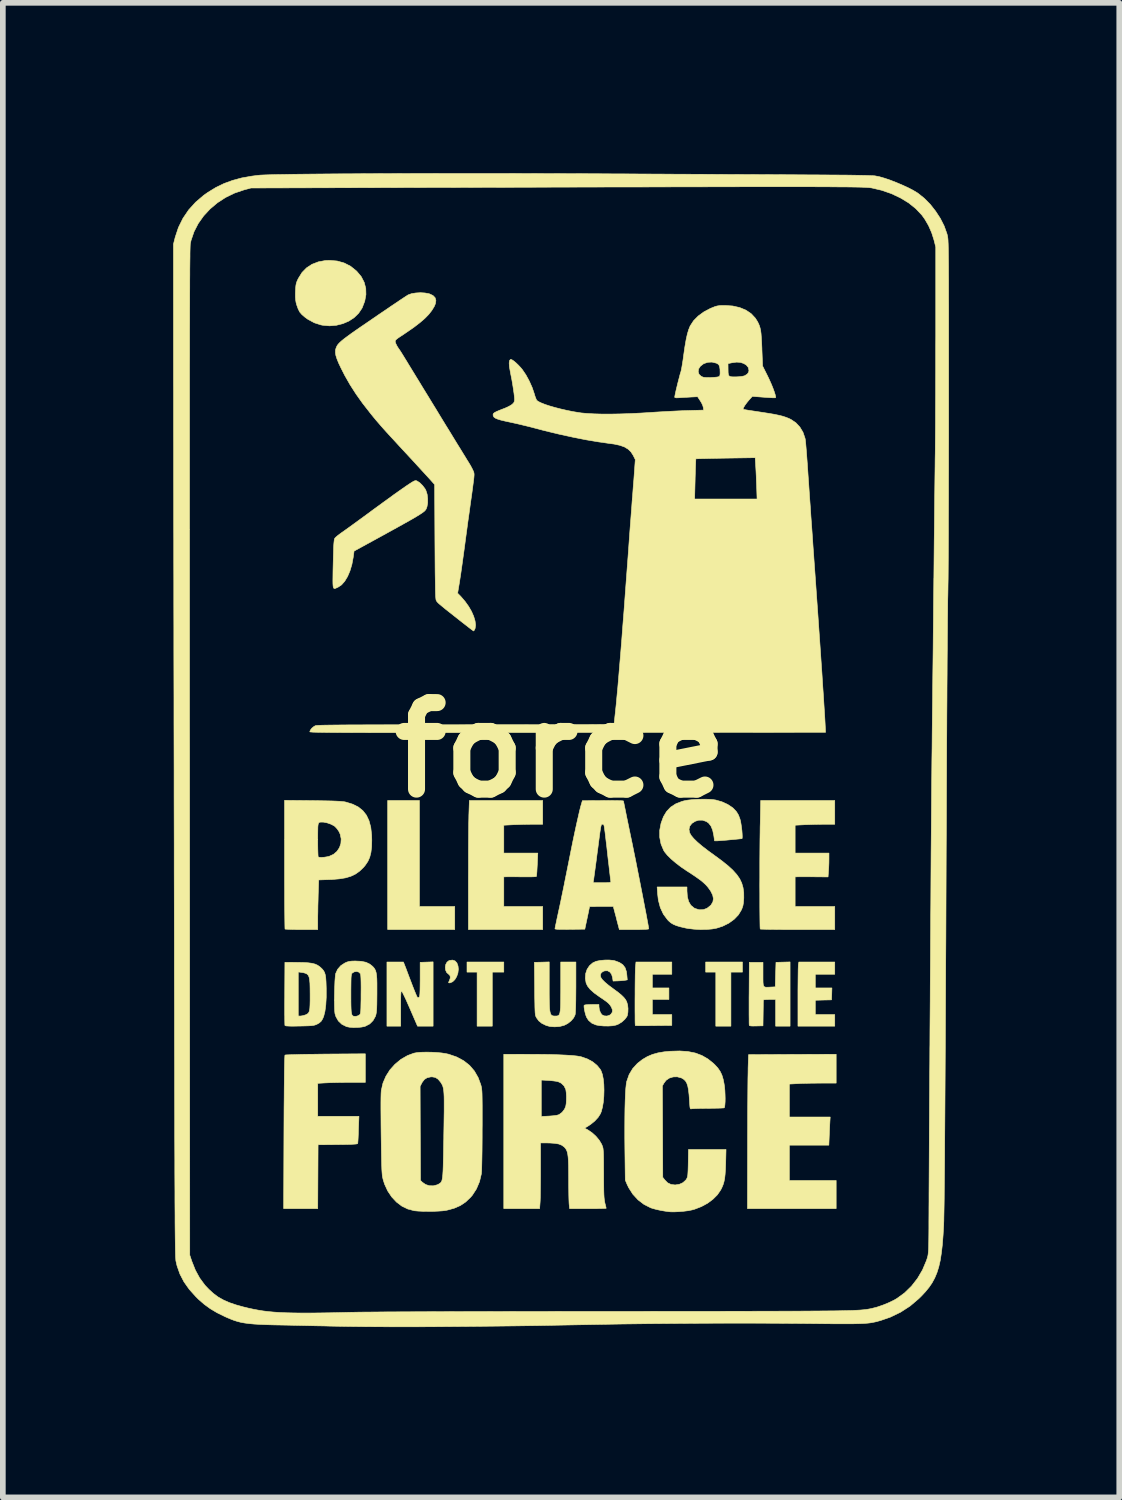
<source format=kicad_pcb>
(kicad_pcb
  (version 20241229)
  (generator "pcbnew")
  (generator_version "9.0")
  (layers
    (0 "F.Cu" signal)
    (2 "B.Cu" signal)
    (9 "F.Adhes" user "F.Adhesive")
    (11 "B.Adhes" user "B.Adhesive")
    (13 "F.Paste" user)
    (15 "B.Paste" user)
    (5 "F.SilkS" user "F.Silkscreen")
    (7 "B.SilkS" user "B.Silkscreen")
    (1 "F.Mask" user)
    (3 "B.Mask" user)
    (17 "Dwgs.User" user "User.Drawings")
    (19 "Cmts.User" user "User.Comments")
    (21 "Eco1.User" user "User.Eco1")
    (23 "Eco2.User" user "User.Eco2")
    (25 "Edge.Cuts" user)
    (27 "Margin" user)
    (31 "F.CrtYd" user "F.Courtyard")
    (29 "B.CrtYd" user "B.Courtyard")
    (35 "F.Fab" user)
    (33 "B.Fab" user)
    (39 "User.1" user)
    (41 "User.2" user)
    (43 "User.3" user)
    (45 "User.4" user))
  (footprint "force"
    (layer "F.Cu")
    (at 6.826 10.159)
    (property "Reference" "force" (at 0 0 0) (layer "F.SilkS") (effects (font (size 1.524 1.524) (thickness 0.3))))
    (attr through_hole)
    (fp_poly (pts (xy -2.489 2.756) (xy -1.867 2.756) (xy -1.867 3.162) (xy -3.048 3.162) (xy -3.048 0.889) (xy -2.489 0.889) (xy -2.489 2.756)) (stroke (width 0.01) (type solid)) (fill yes) (layer "F.SilkS"))
    (fp_poly (pts (xy -1.003 3.912) (xy -1.206 3.912) (xy -1.206 4.864) (xy -1.473 4.864) (xy -1.473 3.912) (xy -1.651 3.912) (xy -1.651 3.734) (xy -1.003 3.734) (xy -1.003 3.912)) (stroke (width 0.01) (type solid)) (fill yes) (layer "F.SilkS"))
    (fp_poly (pts (xy 3.2 3.912) (xy 2.997 3.912) (xy 2.997 4.864) (xy 2.731 4.864) (xy 2.731 3.912) (xy 2.553 3.912) (xy 2.553 3.734) (xy 3.2 3.734) (xy 3.2 3.912)) (stroke (width 0.01) (type solid)) (fill yes) (layer "F.SilkS"))
    (fp_poly (pts (xy 4.826 3.95) (xy 4.483 3.95) (xy 4.483 4.191) (xy 4.776 4.191) (xy 4.773 4.296) (xy 4.769 4.401) (xy 4.626 4.404) (xy 4.483 4.408) (xy 4.483 4.661) (xy 4.826 4.661) (xy 4.826 4.864) (xy 4.178 4.864) (xy 4.178 4.339) (xy 4.178 4.224) (xy 4.179 4.116) (xy 4.18 4.018) (xy 4.181 3.932) (xy 4.182 3.862) (xy 4.184 3.81) (xy 4.186 3.779) (xy 4.186 3.773) (xy 4.194 3.734) (xy 4.826 3.734) (xy 4.826 3.95)) (stroke (width 0.01) (type solid)) (fill yes) (layer "F.SilkS"))
    (fp_poly (pts (xy -1.862 3.715) (xy -1.829 3.75) (xy -1.809 3.805) (xy -1.803 3.861) (xy -1.811 3.929) (xy -1.833 3.991) (xy -1.865 4.044) (xy -1.904 4.082) (xy -1.948 4.101) (xy -1.962 4.102) (xy -1.974 4.1) (xy -1.974 4.088) (xy -1.962 4.065) (xy -1.945 4.015) (xy -1.949 3.976) (xy -1.973 3.95) (xy -1.973 3.95) (xy -2.008 3.92) (xy -2.028 3.876) (xy -2.033 3.827) (xy -2.025 3.778) (xy -2.003 3.737) (xy -1.968 3.71) (xy -1.962 3.708) (xy -1.907 3.7) (xy -1.862 3.715)) (stroke (width 0.01) (type solid)) (fill yes) (layer "F.SilkS"))
    (fp_poly (pts (xy 1.956 3.95) (xy 1.613 3.95) (xy 1.613 4.191) (xy 1.905 4.191) (xy 1.905 4.394) (xy 1.613 4.394) (xy 1.613 4.661) (xy 1.956 4.661) (xy 1.956 4.851) (xy 1.637 4.854) (xy 1.55 4.855) (xy 1.471 4.855) (xy 1.405 4.855) (xy 1.354 4.855) (xy 1.323 4.854) (xy 1.313 4.852) (xy 1.312 4.839) (xy 1.31 4.803) (xy 1.309 4.748) (xy 1.309 4.677) (xy 1.308 4.595) (xy 1.308 4.503) (xy 1.308 4.406) (xy 1.309 4.307) (xy 1.309 4.209) (xy 1.31 4.114) (xy 1.311 4.028) (xy 1.312 3.952) (xy 1.314 3.891) (xy 1.315 3.847) (xy 1.316 3.831) (xy 1.325 3.734) (xy 1.956 3.734) (xy 1.956 3.95)) (stroke (width 0.01) (type solid)) (fill yes) (layer "F.SilkS"))
    (fp_poly (pts (xy 4.851 5.867) (xy 4.593 5.867) (xy 4.501 5.868) (xy 4.406 5.869) (xy 4.315 5.871) (xy 4.235 5.873) (xy 4.18 5.876) (xy 4.026 5.884) (xy 4.026 6.464) (xy 4.746 6.464) (xy 4.742 6.525) (xy 4.74 6.559) (xy 4.737 6.613) (xy 4.734 6.679) (xy 4.731 6.751) (xy 4.73 6.772) (xy 4.722 6.96) (xy 4.026 6.96) (xy 4.026 7.582) (xy 4.851 7.582) (xy 4.851 8.077) (xy 3.289 8.077) (xy 3.291 6.963) (xy 3.291 6.79) (xy 3.292 6.62) (xy 3.292 6.455) (xy 3.293 6.297) (xy 3.294 6.148) (xy 3.295 6.012) (xy 3.296 5.89) (xy 3.297 5.785) (xy 3.299 5.699) (xy 3.3 5.635) (xy 3.3 5.607) (xy 3.308 5.366) (xy 4.08 5.362) (xy 4.851 5.359) (xy 4.851 5.867)) (stroke (width 0.01) (type solid)) (fill yes) (layer "F.SilkS"))
    (fp_poly (pts (xy 4.039 4.864) (xy 3.785 4.864) (xy 3.785 4.394) (xy 3.677 4.394) (xy 3.628 4.395) (xy 3.59 4.398) (xy 3.57 4.402) (xy 3.568 4.404) (xy 3.568 4.419) (xy 3.567 4.455) (xy 3.567 4.508) (xy 3.566 4.574) (xy 3.565 4.636) (xy 3.562 4.858) (xy 3.445 4.861) (xy 3.384 4.862) (xy 3.346 4.86) (xy 3.325 4.854) (xy 3.321 4.849) (xy 3.319 4.833) (xy 3.318 4.794) (xy 3.318 4.736) (xy 3.317 4.66) (xy 3.317 4.57) (xy 3.317 4.467) (xy 3.317 4.356) (xy 3.318 4.286) (xy 3.321 3.74) (xy 3.562 3.74) (xy 3.562 3.953) (xy 3.562 4.035) (xy 3.563 4.094) (xy 3.567 4.135) (xy 3.576 4.16) (xy 3.592 4.174) (xy 3.618 4.179) (xy 3.654 4.178) (xy 3.696 4.176) (xy 3.778 4.172) (xy 3.791 3.74) (xy 4.039 3.733) (xy 4.039 4.864)) (stroke (width 0.01) (type solid)) (fill yes) (layer "F.SilkS"))
    (fp_poly (pts (xy -0.318 1.308) (xy -0.487 1.308) (xy -0.571 1.309) (xy -0.667 1.311) (xy -0.763 1.314) (xy -0.83 1.316) (xy -1.003 1.325) (xy -1.003 1.816) (xy -0.404 1.816) (xy -0.413 2.016) (xy -0.417 2.085) (xy -0.42 2.145) (xy -0.424 2.192) (xy -0.427 2.221) (xy -0.429 2.227) (xy -0.443 2.231) (xy -0.478 2.233) (xy -0.531 2.235) (xy -0.596 2.235) (xy -0.659 2.235) (xy -0.737 2.234) (xy -0.81 2.233) (xy -0.874 2.233) (xy -0.921 2.233) (xy -0.943 2.233) (xy -1.003 2.235) (xy -1.003 2.756) (xy -0.318 2.756) (xy -0.318 3.162) (xy -1.626 3.162) (xy -1.626 2.256) (xy -1.625 2.099) (xy -1.625 1.945) (xy -1.625 1.794) (xy -1.624 1.651) (xy -1.623 1.519) (xy -1.622 1.399) (xy -1.621 1.295) (xy -1.619 1.209) (xy -1.618 1.144) (xy -1.617 1.12) (xy -1.609 0.889) (xy -0.318 0.889) (xy -0.318 1.308)) (stroke (width 0.01) (type solid)) (fill yes) (layer "F.SilkS"))
    (fp_poly (pts (xy -3.937 -8.612) (xy -3.814 -8.577) (xy -3.702 -8.52) (xy -3.601 -8.439) (xy -3.59 -8.428) (xy -3.514 -8.337) (xy -3.462 -8.237) (xy -3.434 -8.131) (xy -3.431 -8.02) (xy -3.452 -7.905) (xy -3.497 -7.788) (xy -3.501 -7.78) (xy -3.56 -7.692) (xy -3.638 -7.616) (xy -3.732 -7.554) (xy -3.837 -7.509) (xy -3.952 -7.48) (xy -4.072 -7.47) (xy -4.194 -7.481) (xy -4.225 -7.487) (xy -4.34 -7.524) (xy -4.453 -7.585) (xy -4.502 -7.62) (xy -4.557 -7.667) (xy -4.596 -7.712) (xy -4.624 -7.766) (xy -4.649 -7.835) (xy -4.662 -7.882) (xy -4.669 -7.927) (xy -4.673 -7.976) (xy -4.673 -8.039) (xy -4.672 -8.069) (xy -4.669 -8.133) (xy -4.665 -8.179) (xy -4.658 -8.216) (xy -4.647 -8.25) (xy -4.629 -8.29) (xy -4.619 -8.309) (xy -4.557 -8.409) (xy -4.477 -8.491) (xy -4.381 -8.554) (xy -4.27 -8.597) (xy -4.147 -8.62) (xy -4.07 -8.623) (xy -3.937 -8.612)) (stroke (width 0.01) (type solid)) (fill yes) (layer "F.SilkS"))
    (fp_poly (pts (xy -2.248 4.864) (xy -2.522 4.864) (xy -2.655 4.557) (xy -2.691 4.475) (xy -2.724 4.4) (xy -2.754 4.337) (xy -2.778 4.288) (xy -2.795 4.256) (xy -2.804 4.245) (xy -2.809 4.248) (xy -2.813 4.265) (xy -2.816 4.296) (xy -2.818 4.344) (xy -2.819 4.412) (xy -2.819 4.502) (xy -2.819 4.552) (xy -2.819 4.864) (xy -3.061 4.864) (xy -3.061 3.734) (xy -2.771 3.734) (xy -2.751 3.784) (xy -2.741 3.81) (xy -2.723 3.856) (xy -2.7 3.918) (xy -2.673 3.99) (xy -2.643 4.068) (xy -2.634 4.092) (xy -2.605 4.168) (xy -2.578 4.236) (xy -2.555 4.292) (xy -2.537 4.334) (xy -2.525 4.356) (xy -2.523 4.359) (xy -2.502 4.359) (xy -2.493 4.354) (xy -2.487 4.343) (xy -2.483 4.319) (xy -2.48 4.28) (xy -2.478 4.222) (xy -2.477 4.145) (xy -2.476 4.044) (xy -2.476 4.04) (xy -2.476 3.74) (xy -2.362 3.736) (xy -2.248 3.732) (xy -2.248 4.864)) (stroke (width 0.01) (type solid)) (fill yes) (layer "F.SilkS"))
    (fp_poly (pts (xy -3.442 5.855) (xy -3.718 5.855) (xy -3.81 5.855) (xy -3.905 5.856) (xy -3.994 5.858) (xy -4.072 5.86) (xy -4.132 5.863) (xy -4.137 5.863) (xy -4.28 5.871) (xy -4.28 6.452) (xy -3.554 6.452) (xy -3.563 6.683) (xy -3.565 6.758) (xy -3.568 6.825) (xy -3.571 6.879) (xy -3.574 6.916) (xy -3.576 6.931) (xy -3.584 6.936) (xy -3.606 6.94) (xy -3.644 6.943) (xy -3.701 6.946) (xy -3.778 6.948) (xy -3.877 6.949) (xy -3.927 6.95) (xy -4.274 6.953) (xy -4.277 7.515) (xy -4.28 8.077) (xy -4.88 8.077) (xy -4.875 6.731) (xy -4.874 6.51) (xy -4.873 6.307) (xy -4.871 6.121) (xy -4.87 5.953) (xy -4.868 5.805) (xy -4.867 5.678) (xy -4.865 5.571) (xy -4.863 5.486) (xy -4.861 5.425) (xy -4.859 5.387) (xy -4.857 5.374) (xy -4.843 5.371) (xy -4.805 5.369) (xy -4.746 5.367) (xy -4.669 5.365) (xy -4.576 5.362) (xy -4.469 5.36) (xy -4.35 5.359) (xy -4.222 5.357) (xy -4.143 5.356) (xy -3.442 5.351) (xy -3.442 5.855)) (stroke (width 0.01) (type solid)) (fill yes) (layer "F.SilkS"))
    (fp_poly (pts (xy 4.826 1.308) (xy 4.65 1.308) (xy 4.564 1.309) (xy 4.466 1.311) (xy 4.37 1.314) (xy 4.301 1.316) (xy 4.128 1.325) (xy 4.128 1.816) (xy 4.724 1.816) (xy 4.724 1.921) (xy 4.723 1.989) (xy 4.72 2.066) (xy 4.716 2.131) (xy 4.708 2.236) (xy 4.478 2.234) (xy 4.399 2.233) (xy 4.325 2.233) (xy 4.261 2.233) (xy 4.212 2.233) (xy 4.188 2.233) (xy 4.128 2.235) (xy 4.128 2.756) (xy 4.826 2.756) (xy 4.826 3.162) (xy 4.174 3.162) (xy 4.048 3.162) (xy 3.929 3.162) (xy 3.821 3.161) (xy 3.725 3.16) (xy 3.644 3.159) (xy 3.58 3.157) (xy 3.537 3.156) (xy 3.515 3.154) (xy 3.514 3.154) (xy 3.512 3.14) (xy 3.51 3.102) (xy 3.509 3.044) (xy 3.508 2.968) (xy 3.507 2.875) (xy 3.506 2.769) (xy 3.506 2.651) (xy 3.506 2.524) (xy 3.505 2.39) (xy 3.506 2.252) (xy 3.506 2.111) (xy 3.506 1.971) (xy 3.507 1.833) (xy 3.508 1.7) (xy 3.509 1.574) (xy 3.511 1.457) (xy 3.512 1.352) (xy 3.514 1.291) (xy 3.522 0.889) (xy 4.826 0.889) (xy 4.826 1.308)) (stroke (width 0.01) (type solid)) (fill yes) (layer "F.SilkS"))
    (fp_poly (pts (xy -0.203 4.166) (xy -0.203 4.294) (xy -0.202 4.4) (xy -0.2 4.485) (xy -0.197 4.551) (xy -0.191 4.6) (xy -0.183 4.636) (xy -0.172 4.661) (xy -0.157 4.675) (xy -0.138 4.683) (xy -0.115 4.686) (xy -0.091 4.686) (xy -0.068 4.685) (xy -0.05 4.681) (xy -0.035 4.672) (xy -0.023 4.655) (xy -0.015 4.629) (xy -0.009 4.59) (xy -0.004 4.536) (xy -0.002 4.466) (xy -0.001 4.376) (xy -0.000056 4.265) (xy 0 4.173) (xy 0 3.734) (xy 0.267 3.734) (xy 0.267 4.175) (xy 0.266 4.303) (xy 0.265 4.415) (xy 0.263 4.509) (xy 0.26 4.583) (xy 0.257 4.636) (xy 0.253 4.664) (xy 0.253 4.665) (xy 0.227 4.718) (xy 0.183 4.77) (xy 0.125 4.816) (xy 0.061 4.849) (xy 0.059 4.85) (xy -0.02 4.87) (xy -0.107 4.876) (xy -0.191 4.87) (xy -0.256 4.852) (xy -0.331 4.816) (xy -0.386 4.772) (xy -0.424 4.72) (xy -0.432 4.706) (xy -0.439 4.692) (xy -0.444 4.676) (xy -0.448 4.654) (xy -0.451 4.624) (xy -0.453 4.584) (xy -0.455 4.53) (xy -0.456 4.461) (xy -0.458 4.372) (xy -0.459 4.262) (xy -0.459 4.204) (xy -0.464 3.74) (xy -0.333 3.737) (xy -0.203 3.733) (xy -0.203 4.166)) (stroke (width 0.01) (type solid)) (fill yes) (layer "F.SilkS"))
    (fp_poly (pts (xy -4.642 3.741) (xy -4.535 3.743) (xy -4.45 3.748) (xy -4.382 3.757) (xy -4.327 3.771) (xy -4.283 3.791) (xy -4.244 3.818) (xy -4.23 3.83) (xy -4.199 3.86) (xy -4.176 3.889) (xy -4.159 3.921) (xy -4.147 3.961) (xy -4.139 4.012) (xy -4.134 4.08) (xy -4.131 4.167) (xy -4.13 4.197) (xy -4.13 4.356) (xy -4.138 4.491) (xy -4.153 4.603) (xy -4.175 4.691) (xy -4.193 4.734) (xy -4.219 4.777) (xy -4.253 4.807) (xy -4.286 4.826) (xy -4.309 4.837) (xy -4.332 4.845) (xy -4.358 4.851) (xy -4.391 4.855) (xy -4.437 4.858) (xy -4.498 4.86) (xy -4.58 4.862) (xy -4.6 4.862) (xy -4.689 4.864) (xy -4.756 4.864) (xy -4.803 4.862) (xy -4.834 4.86) (xy -4.851 4.856) (xy -4.858 4.85) (xy -4.858 4.85) (xy -4.859 4.834) (xy -4.86 4.795) (xy -4.861 4.736) (xy -4.861 4.686) (xy -4.623 4.686) (xy -4.582 4.686) (xy -4.544 4.68) (xy -4.499 4.667) (xy -4.487 4.662) (xy -4.464 4.65) (xy -4.447 4.636) (xy -4.434 4.616) (xy -4.425 4.588) (xy -4.419 4.548) (xy -4.416 4.492) (xy -4.414 4.418) (xy -4.414 4.323) (xy -4.414 4.299) (xy -4.415 4.194) (xy -4.417 4.111) (xy -4.423 4.048) (xy -4.432 4.001) (xy -4.447 3.968) (xy -4.469 3.946) (xy -4.498 3.932) (xy -4.535 3.922) (xy -4.564 3.918) (xy -4.623 3.909) (xy -4.623 4.686) (xy -4.861 4.686) (xy -4.862 4.66) (xy -4.862 4.57) (xy -4.862 4.467) (xy -4.861 4.356) (xy -4.861 4.286) (xy -4.858 3.74) (xy -4.642 3.741)) (stroke (width 0.01) (type solid)) (fill yes) (layer "F.SilkS"))
    (fp_poly (pts (xy -2.536 -4.74) (xy -2.535 -4.74) (xy -2.483 -4.707) (xy -2.433 -4.657) (xy -2.39 -4.6) (xy -2.374 -4.569) (xy -2.353 -4.503) (xy -2.344 -4.427) (xy -2.344 -4.351) (xy -2.356 -4.283) (xy -2.369 -4.248) (xy -2.376 -4.235) (xy -2.387 -4.221) (xy -2.401 -4.206) (xy -2.421 -4.19) (xy -2.449 -4.17) (xy -2.486 -4.146) (xy -2.533 -4.117) (xy -2.593 -4.081) (xy -2.667 -4.039) (xy -2.756 -3.989) (xy -2.862 -3.93) (xy -2.987 -3.861) (xy -3.132 -3.781) (xy -3.174 -3.758) (xy -3.64 -3.503) (xy -3.655 -3.393) (xy -3.678 -3.269) (xy -3.712 -3.155) (xy -3.754 -3.056) (xy -3.804 -2.973) (xy -3.859 -2.91) (xy -3.916 -2.871) (xy -3.943 -2.858) (xy -3.965 -2.848) (xy -3.982 -2.843) (xy -3.994 -2.846) (xy -4.003 -2.859) (xy -4.009 -2.885) (xy -4.012 -2.924) (xy -4.013 -2.98) (xy -4.012 -3.055) (xy -4.011 -3.151) (xy -4.008 -3.27) (xy -4.008 -3.272) (xy -4.005 -3.392) (xy -4.002 -3.488) (xy -4 -3.565) (xy -3.997 -3.623) (xy -3.993 -3.666) (xy -3.989 -3.697) (xy -3.985 -3.717) (xy -3.979 -3.729) (xy -3.96 -3.749) (xy -3.926 -3.778) (xy -3.882 -3.811) (xy -3.863 -3.825) (xy -3.831 -3.847) (xy -3.782 -3.882) (xy -3.718 -3.928) (xy -3.642 -3.983) (xy -3.557 -4.045) (xy -3.464 -4.113) (xy -3.368 -4.183) (xy -3.327 -4.214) (xy -3.227 -4.287) (xy -3.127 -4.36) (xy -3.03 -4.43) (xy -2.94 -4.496) (xy -2.859 -4.553) (xy -2.791 -4.601) (xy -2.739 -4.637) (xy -2.728 -4.645) (xy -2.665 -4.687) (xy -2.62 -4.716) (xy -2.588 -4.734) (xy -2.566 -4.743) (xy -2.55 -4.744) (xy -2.536 -4.74)) (stroke (width 0.01) (type solid)) (fill yes) (layer "F.SilkS"))
    (fp_poly (pts (xy 0.922 3.706) (xy 0.954 3.713) (xy 1.034 3.743) (xy 1.093 3.782) (xy 1.133 3.834) (xy 1.156 3.902) (xy 1.164 3.961) (xy 1.172 4.049) (xy 1.129 4.057) (xy 1.093 4.061) (xy 1.043 4.065) (xy 1.004 4.067) (xy 0.922 4.07) (xy 0.912 4.007) (xy 0.895 3.949) (xy 0.863 3.909) (xy 0.822 3.888) (xy 0.774 3.89) (xy 0.745 3.901) (xy 0.714 3.924) (xy 0.7 3.954) (xy 0.699 3.979) (xy 0.707 4.008) (xy 0.733 4.045) (xy 0.778 4.09) (xy 0.842 4.144) (xy 0.928 4.208) (xy 0.936 4.214) (xy 1.012 4.27) (xy 1.069 4.317) (xy 1.111 4.358) (xy 1.141 4.396) (xy 1.162 4.435) (xy 1.163 4.439) (xy 1.178 4.491) (xy 1.185 4.554) (xy 1.183 4.618) (xy 1.174 4.672) (xy 1.165 4.695) (xy 1.128 4.744) (xy 1.076 4.791) (xy 1.016 4.828) (xy 0.973 4.845) (xy 0.913 4.857) (xy 0.839 4.862) (xy 0.758 4.861) (xy 0.681 4.854) (xy 0.622 4.843) (xy 0.548 4.812) (xy 0.49 4.762) (xy 0.457 4.711) (xy 0.443 4.676) (xy 0.43 4.631) (xy 0.419 4.582) (xy 0.412 4.538) (xy 0.41 4.506) (xy 0.413 4.496) (xy 0.428 4.49) (xy 0.463 4.486) (xy 0.511 4.484) (xy 0.547 4.483) (xy 0.673 4.483) (xy 0.673 4.519) (xy 0.68 4.573) (xy 0.698 4.623) (xy 0.723 4.661) (xy 0.727 4.664) (xy 0.766 4.683) (xy 0.814 4.686) (xy 0.859 4.672) (xy 0.883 4.655) (xy 0.908 4.618) (xy 0.911 4.578) (xy 0.892 4.529) (xy 0.887 4.521) (xy 0.87 4.495) (xy 0.851 4.472) (xy 0.826 4.448) (xy 0.792 4.422) (xy 0.744 4.388) (xy 0.683 4.347) (xy 0.59 4.28) (xy 0.52 4.218) (xy 0.473 4.159) (xy 0.447 4.105) (xy 0.433 4.021) (xy 0.439 3.939) (xy 0.464 3.864) (xy 0.506 3.8) (xy 0.563 3.75) (xy 0.623 3.722) (xy 0.692 3.708) (xy 0.771 3.7) (xy 0.851 3.699) (xy 0.922 3.706)) (stroke (width 0.01) (type solid)) (fill yes) (layer "F.SilkS"))
    (fp_poly (pts (xy -4.366 0.892) (xy -4.231 0.894) (xy -4.119 0.896) (xy -4.028 0.898) (xy -3.954 0.901) (xy -3.895 0.904) (xy -3.849 0.908) (xy -3.812 0.912) (xy -3.783 0.918) (xy -3.78 0.919) (xy -3.664 0.955) (xy -3.566 1.004) (xy -3.486 1.068) (xy -3.423 1.148) (xy -3.377 1.245) (xy -3.346 1.361) (xy -3.331 1.496) (xy -3.328 1.587) (xy -3.331 1.706) (xy -3.343 1.805) (xy -3.364 1.888) (xy -3.396 1.961) (xy -3.441 2.028) (xy -3.476 2.07) (xy -3.543 2.134) (xy -3.615 2.185) (xy -3.696 2.224) (xy -3.79 2.252) (xy -3.9 2.27) (xy -4.03 2.281) (xy -4.065 2.282) (xy -4.263 2.289) (xy -4.272 2.556) (xy -4.274 2.651) (xy -4.277 2.749) (xy -4.278 2.845) (xy -4.28 2.93) (xy -4.28 2.993) (xy -4.28 3.162) (xy -4.564 3.162) (xy -4.646 3.162) (xy -4.72 3.161) (xy -4.781 3.159) (xy -4.826 3.157) (xy -4.852 3.155) (xy -4.856 3.154) (xy -4.857 3.14) (xy -4.858 3.103) (xy -4.859 3.044) (xy -4.86 2.965) (xy -4.861 2.868) (xy -4.862 2.755) (xy -4.863 2.627) (xy -4.863 2.486) (xy -4.864 2.335) (xy -4.864 2.175) (xy -4.864 2.016) (xy -4.864 1.487) (xy -4.28 1.487) (xy -4.28 1.58) (xy -4.28 1.665) (xy -4.279 1.74) (xy -4.277 1.803) (xy -4.275 1.851) (xy -4.273 1.878) (xy -4.271 1.884) (xy -4.251 1.891) (xy -4.213 1.892) (xy -4.165 1.889) (xy -4.115 1.881) (xy -4.079 1.873) (xy -4.002 1.838) (xy -3.941 1.786) (xy -3.897 1.72) (xy -3.872 1.646) (xy -3.867 1.566) (xy -3.884 1.484) (xy -3.906 1.436) (xy -3.937 1.39) (xy -3.973 1.351) (xy -3.99 1.337) (xy -4.047 1.307) (xy -4.113 1.284) (xy -4.177 1.271) (xy -4.198 1.27) (xy -4.224 1.27) (xy -4.243 1.272) (xy -4.258 1.278) (xy -4.268 1.293) (xy -4.274 1.318) (xy -4.278 1.357) (xy -4.279 1.412) (xy -4.28 1.487) (xy -4.864 1.487) (xy -4.864 0.887) (xy -4.366 0.892)) (stroke (width 0.01) (type solid)) (fill yes) (layer "F.SilkS"))
    (fp_poly (pts (xy -3.514 3.722) (xy -3.431 3.739) (xy -3.364 3.771) (xy -3.316 3.809) (xy -3.293 3.833) (xy -3.275 3.859) (xy -3.261 3.888) (xy -3.251 3.923) (xy -3.244 3.969) (xy -3.239 4.029) (xy -3.237 4.104) (xy -3.237 4.199) (xy -3.237 4.297) (xy -3.238 4.399) (xy -3.239 4.479) (xy -3.241 4.541) (xy -3.244 4.588) (xy -3.248 4.624) (xy -3.253 4.652) (xy -3.259 4.676) (xy -3.265 4.693) (xy -3.306 4.766) (xy -3.365 4.825) (xy -3.44 4.864) (xy -3.456 4.87) (xy -3.513 4.881) (xy -3.581 4.887) (xy -3.653 4.888) (xy -3.72 4.883) (xy -3.771 4.873) (xy -3.775 4.871) (xy -3.855 4.831) (xy -3.917 4.772) (xy -3.96 4.696) (xy -3.976 4.645) (xy -3.98 4.612) (xy -3.983 4.557) (xy -3.985 4.487) (xy -3.986 4.406) (xy -3.985 4.319) (xy -3.984 4.297) (xy -3.696 4.297) (xy -3.696 4.405) (xy -3.695 4.49) (xy -3.693 4.556) (xy -3.69 4.604) (xy -3.685 4.638) (xy -3.679 4.661) (xy -3.67 4.676) (xy -3.658 4.685) (xy -3.645 4.69) (xy -3.608 4.692) (xy -3.567 4.68) (xy -3.541 4.663) (xy -3.534 4.654) (xy -3.529 4.64) (xy -3.525 4.618) (xy -3.522 4.585) (xy -3.52 4.537) (xy -3.519 4.473) (xy -3.517 4.388) (xy -3.517 4.305) (xy -3.516 4.186) (xy -3.517 4.092) (xy -3.519 4.022) (xy -3.522 3.973) (xy -3.527 3.945) (xy -3.529 3.94) (xy -3.557 3.912) (xy -3.596 3.901) (xy -3.638 3.908) (xy -3.676 3.932) (xy -3.682 3.941) (xy -3.686 3.956) (xy -3.69 3.981) (xy -3.693 4.017) (xy -3.694 4.069) (xy -3.695 4.139) (xy -3.696 4.229) (xy -3.696 4.297) (xy -3.984 4.297) (xy -3.983 4.23) (xy -3.98 4.145) (xy -3.977 4.067) (xy -3.972 4.003) (xy -3.967 3.955) (xy -3.963 3.936) (xy -3.929 3.862) (xy -3.874 3.799) (xy -3.804 3.753) (xy -3.765 3.735) (xy -3.729 3.725) (xy -3.687 3.719) (xy -3.63 3.717) (xy -3.616 3.717) (xy -3.514 3.722)) (stroke (width 0.01) (type solid)) (fill yes) (layer "F.SilkS"))
    (fp_poly (pts (xy 2.239 5.311) (xy 2.369 5.337) (xy 2.486 5.381) (xy 2.592 5.442) (xy 2.69 5.521) (xy 2.713 5.543) (xy 2.767 5.602) (xy 2.807 5.66) (xy 2.838 5.724) (xy 2.861 5.8) (xy 2.877 5.88) (xy 2.885 5.935) (xy 2.891 6) (xy 2.894 6.068) (xy 2.896 6.136) (xy 2.895 6.198) (xy 2.891 6.25) (xy 2.886 6.287) (xy 2.879 6.303) (xy 2.878 6.303) (xy 2.861 6.305) (xy 2.822 6.307) (xy 2.766 6.309) (xy 2.696 6.31) (xy 2.618 6.311) (xy 2.596 6.311) (xy 2.515 6.312) (xy 2.441 6.313) (xy 2.379 6.315) (xy 2.333 6.317) (xy 2.306 6.319) (xy 2.304 6.32) (xy 2.292 6.322) (xy 2.284 6.317) (xy 2.278 6.302) (xy 2.274 6.273) (xy 2.271 6.226) (xy 2.268 6.183) (xy 2.26 6.073) (xy 2.25 5.986) (xy 2.237 5.918) (xy 2.219 5.866) (xy 2.196 5.828) (xy 2.165 5.799) (xy 2.128 5.777) (xy 2.125 5.776) (xy 2.052 5.756) (xy 1.98 5.758) (xy 1.912 5.779) (xy 1.855 5.818) (xy 1.819 5.866) (xy 1.79 5.916) (xy 1.794 6.722) (xy 1.797 7.527) (xy 1.833 7.573) (xy 1.883 7.624) (xy 1.942 7.652) (xy 2.014 7.661) (xy 2.015 7.661) (xy 2.088 7.65) (xy 2.152 7.621) (xy 2.202 7.576) (xy 2.216 7.556) (xy 2.225 7.538) (xy 2.232 7.517) (xy 2.237 7.49) (xy 2.24 7.451) (xy 2.243 7.397) (xy 2.245 7.324) (xy 2.246 7.274) (xy 2.25 7.036) (xy 2.911 7.036) (xy 2.905 7.28) (xy 2.901 7.388) (xy 2.895 7.474) (xy 2.887 7.545) (xy 2.875 7.605) (xy 2.859 7.658) (xy 2.837 7.71) (xy 2.816 7.751) (xy 2.759 7.834) (xy 2.681 7.912) (xy 2.586 7.983) (xy 2.477 8.042) (xy 2.361 8.087) (xy 2.311 8.101) (xy 2.247 8.114) (xy 2.167 8.124) (xy 2.082 8.131) (xy 2 8.135) (xy 1.931 8.134) (xy 1.911 8.132) (xy 1.842 8.123) (xy 1.765 8.11) (xy 1.691 8.094) (xy 1.627 8.077) (xy 1.586 8.064) (xy 1.467 8.004) (xy 1.361 7.923) (xy 1.27 7.824) (xy 1.197 7.71) (xy 1.17 7.654) (xy 1.137 7.576) (xy 1.13 7.036) (xy 1.128 6.832) (xy 1.128 6.642) (xy 1.129 6.469) (xy 1.131 6.312) (xy 1.135 6.174) (xy 1.14 6.057) (xy 1.146 5.96) (xy 1.154 5.886) (xy 1.162 5.836) (xy 1.163 5.836) (xy 1.205 5.716) (xy 1.267 5.612) (xy 1.351 5.52) (xy 1.438 5.452) (xy 1.524 5.401) (xy 1.613 5.363) (xy 1.711 5.335) (xy 1.823 5.316) (xy 1.929 5.306) (xy 2.093 5.301) (xy 2.239 5.311)) (stroke (width 0.01) (type solid)) (fill yes) (layer "F.SilkS"))
    (fp_poly (pts (xy -0.575 5.36) (xy -0.378 5.361) (xy -0.201 5.363) (xy -0.045 5.368) (xy 0.088 5.374) (xy 0.199 5.381) (xy 0.287 5.39) (xy 0.35 5.401) (xy 0.362 5.404) (xy 0.468 5.441) (xy 0.562 5.492) (xy 0.639 5.555) (xy 0.697 5.626) (xy 0.71 5.65) (xy 0.733 5.713) (xy 0.749 5.795) (xy 0.759 5.89) (xy 0.762 5.993) (xy 0.759 6.099) (xy 0.75 6.201) (xy 0.734 6.294) (xy 0.713 6.372) (xy 0.698 6.408) (xy 0.658 6.471) (xy 0.599 6.535) (xy 0.529 6.592) (xy 0.489 6.619) (xy 0.421 6.66) (xy 0.487 6.697) (xy 0.557 6.746) (xy 0.623 6.807) (xy 0.679 6.875) (xy 0.719 6.942) (xy 0.725 6.955) (xy 0.733 6.976) (xy 0.74 6.996) (xy 0.745 7.018) (xy 0.748 7.046) (xy 0.751 7.082) (xy 0.753 7.129) (xy 0.754 7.19) (xy 0.755 7.268) (xy 0.755 7.366) (xy 0.756 7.461) (xy 0.756 7.583) (xy 0.757 7.682) (xy 0.758 7.762) (xy 0.76 7.825) (xy 0.763 7.876) (xy 0.767 7.915) (xy 0.772 7.948) (xy 0.777 7.976) (xy 0.778 7.98) (xy 0.789 8.023) (xy 0.797 8.056) (xy 0.8 8.071) (xy 0.8 8.072) (xy 0.788 8.073) (xy 0.754 8.075) (xy 0.701 8.076) (xy 0.633 8.077) (xy 0.553 8.077) (xy 0.478 8.077) (xy 0.156 8.077) (xy 0.148 7.999) (xy 0.146 7.966) (xy 0.144 7.912) (xy 0.142 7.84) (xy 0.141 7.756) (xy 0.14 7.662) (xy 0.14 7.563) (xy 0.14 7.551) (xy 0.139 7.424) (xy 0.138 7.32) (xy 0.135 7.236) (xy 0.13 7.169) (xy 0.123 7.116) (xy 0.113 7.075) (xy 0.1 7.043) (xy 0.084 7.017) (xy 0.064 6.995) (xy 0.059 6.99) (xy 0.018 6.961) (xy -0.034 6.94) (xy -0.102 6.928) (xy -0.189 6.922) (xy -0.236 6.921) (xy -0.356 6.921) (xy -0.356 7.395) (xy -0.356 7.507) (xy -0.357 7.615) (xy -0.358 7.717) (xy -0.359 7.807) (xy -0.36 7.882) (xy -0.362 7.939) (xy -0.364 7.972) (xy -0.372 8.077) (xy -1.003 8.077) (xy -1.003 6.455) (xy -0.343 6.455) (xy -0.204 6.448) (xy -0.129 6.442) (xy -0.07 6.434) (xy -0.032 6.423) (xy -0.028 6.421) (xy 0.024 6.382) (xy 0.066 6.328) (xy 0.088 6.277) (xy 0.096 6.23) (xy 0.1 6.168) (xy 0.101 6.1) (xy 0.097 6.035) (xy 0.09 5.984) (xy 0.088 5.976) (xy 0.058 5.916) (xy 0.01 5.869) (xy -0.045 5.843) (xy -0.08 5.835) (xy -0.132 5.828) (xy -0.191 5.822) (xy -0.219 5.82) (xy -0.343 5.813) (xy -0.343 6.455) (xy -1.003 6.455) (xy -1.003 5.359) (xy -0.575 5.36)) (stroke (width 0.01) (type solid)) (fill yes) (layer "F.SilkS"))
    (fp_poly (pts (xy 2.595 0.868) (xy 2.673 0.873) (xy 2.729 0.881) (xy 2.84 0.913) (xy 2.941 0.959) (xy 3.025 1.015) (xy 3.042 1.03) (xy 3.094 1.086) (xy 3.131 1.147) (xy 3.158 1.22) (xy 3.168 1.26) (xy 3.176 1.308) (xy 3.184 1.363) (xy 3.191 1.421) (xy 3.195 1.475) (xy 3.197 1.52) (xy 3.196 1.551) (xy 3.192 1.562) (xy 3.176 1.563) (xy 3.14 1.567) (xy 3.088 1.572) (xy 3.024 1.578) (xy 2.991 1.581) (xy 2.92 1.588) (xy 2.855 1.593) (xy 2.8 1.597) (xy 2.763 1.6) (xy 2.755 1.6) (xy 2.709 1.6) (xy 2.696 1.508) (xy 2.676 1.413) (xy 2.646 1.34) (xy 2.605 1.288) (xy 2.566 1.26) (xy 2.496 1.236) (xy 2.427 1.237) (xy 2.368 1.256) (xy 2.31 1.293) (xy 2.273 1.341) (xy 2.259 1.397) (xy 2.269 1.456) (xy 2.297 1.506) (xy 2.343 1.561) (xy 2.407 1.623) (xy 2.49 1.694) (xy 2.594 1.774) (xy 2.712 1.86) (xy 2.84 1.954) (xy 2.946 2.039) (xy 3.032 2.118) (xy 3.1 2.194) (xy 3.152 2.269) (xy 3.188 2.345) (xy 3.211 2.425) (xy 3.223 2.512) (xy 3.224 2.606) (xy 3.223 2.622) (xy 3.218 2.689) (xy 3.209 2.742) (xy 3.193 2.79) (xy 3.182 2.816) (xy 3.129 2.904) (xy 3.054 2.982) (xy 2.96 3.05) (xy 2.851 3.104) (xy 2.746 3.138) (xy 2.664 3.153) (xy 2.564 3.161) (xy 2.456 3.162) (xy 2.346 3.156) (xy 2.243 3.144) (xy 2.2 3.136) (xy 2.11 3.115) (xy 2.039 3.094) (xy 1.984 3.071) (xy 1.939 3.044) (xy 1.899 3.009) (xy 1.882 2.991) (xy 1.808 2.892) (xy 1.754 2.776) (xy 1.719 2.644) (xy 1.706 2.53) (xy 1.698 2.413) (xy 2.223 2.413) (xy 2.223 2.482) (xy 2.23 2.586) (xy 2.253 2.67) (xy 2.291 2.735) (xy 2.346 2.781) (xy 2.362 2.79) (xy 2.436 2.814) (xy 2.509 2.813) (xy 2.577 2.788) (xy 2.637 2.74) (xy 2.646 2.731) (xy 2.679 2.677) (xy 2.689 2.619) (xy 2.676 2.555) (xy 2.64 2.483) (xy 2.598 2.424) (xy 2.566 2.386) (xy 2.529 2.35) (xy 2.485 2.311) (xy 2.429 2.269) (xy 2.359 2.22) (xy 2.272 2.162) (xy 2.223 2.131) (xy 2.12 2.061) (xy 2.027 1.99) (xy 1.945 1.92) (xy 1.878 1.854) (xy 1.83 1.795) (xy 1.813 1.768) (xy 1.766 1.656) (xy 1.743 1.538) (xy 1.743 1.414) (xy 1.767 1.289) (xy 1.809 1.175) (xy 1.865 1.082) (xy 1.937 1.006) (xy 2.027 0.948) (xy 2.137 0.905) (xy 2.175 0.895) (xy 2.239 0.883) (xy 2.321 0.874) (xy 2.412 0.869) (xy 2.506 0.867) (xy 2.595 0.868)) (stroke (width 0.01) (type solid)) (fill yes) (layer "F.SilkS"))
    (fp_poly (pts (xy -2.281 5.323) (xy -2.187 5.328) (xy -2.099 5.336) (xy -2.022 5.348) (xy -1.976 5.358) (xy -1.833 5.407) (xy -1.71 5.473) (xy -1.606 5.555) (xy -1.521 5.654) (xy -1.454 5.771) (xy -1.409 5.893) (xy -1.403 5.914) (xy -1.398 5.935) (xy -1.394 5.957) (xy -1.391 5.984) (xy -1.388 6.016) (xy -1.386 6.057) (xy -1.385 6.109) (xy -1.384 6.174) (xy -1.383 6.254) (xy -1.383 6.351) (xy -1.383 6.469) (xy -1.383 6.608) (xy -1.384 6.687) (xy -1.384 6.822) (xy -1.385 6.951) (xy -1.386 7.071) (xy -1.388 7.181) (xy -1.39 7.276) (xy -1.392 7.356) (xy -1.394 7.416) (xy -1.397 7.455) (xy -1.398 7.465) (xy -1.431 7.604) (xy -1.485 7.731) (xy -1.557 7.842) (xy -1.589 7.879) (xy -1.675 7.961) (xy -1.769 8.024) (xy -1.877 8.071) (xy -2.002 8.105) (xy -2.023 8.109) (xy -2.081 8.117) (xy -2.158 8.122) (xy -2.246 8.126) (xy -2.34 8.126) (xy -2.431 8.125) (xy -2.513 8.121) (xy -2.579 8.115) (xy -2.582 8.114) (xy -2.693 8.085) (xy -2.798 8.034) (xy -2.893 7.962) (xy -2.977 7.872) (xy -3.048 7.766) (xy -3.103 7.646) (xy -3.126 7.573) (xy -3.132 7.55) (xy -3.137 7.527) (xy -3.142 7.501) (xy -3.145 7.469) (xy -3.148 7.431) (xy -3.151 7.383) (xy -3.153 7.322) (xy -3.155 7.248) (xy -3.157 7.157) (xy -3.159 7.048) (xy -3.161 6.917) (xy -3.163 6.782) (xy -3.165 6.61) (xy -3.166 6.457) (xy -3.167 6.323) (xy -3.167 6.209) (xy -3.166 6.117) (xy -3.164 6.048) (xy -3.161 6.003) (xy -3.16 5.994) (xy -3.144 5.925) (xy -2.477 5.925) (xy -2.474 6.753) (xy -2.47 7.581) (xy -2.437 7.614) (xy -2.381 7.653) (xy -2.314 7.675) (xy -2.242 7.676) (xy -2.174 7.658) (xy -2.154 7.648) (xy -2.138 7.639) (xy -2.124 7.629) (xy -2.112 7.619) (xy -2.102 7.604) (xy -2.093 7.584) (xy -2.087 7.557) (xy -2.081 7.521) (xy -2.077 7.473) (xy -2.073 7.411) (xy -2.07 7.335) (xy -2.068 7.241) (xy -2.065 7.128) (xy -2.063 6.995) (xy -2.06 6.838) (xy -2.06 6.798) (xy -2.057 6.631) (xy -2.055 6.487) (xy -2.053 6.365) (xy -2.053 6.262) (xy -2.053 6.176) (xy -2.054 6.106) (xy -2.057 6.048) (xy -2.061 6.002) (xy -2.066 5.965) (xy -2.073 5.936) (xy -2.081 5.911) (xy -2.092 5.889) (xy -2.104 5.869) (xy -2.113 5.854) (xy -2.159 5.799) (xy -2.208 5.767) (xy -2.265 5.757) (xy -2.292 5.758) (xy -2.355 5.773) (xy -2.402 5.803) (xy -2.44 5.853) (xy -2.448 5.868) (xy -2.477 5.925) (xy -3.144 5.925) (xy -3.131 5.867) (xy -3.079 5.746) (xy -3.008 5.634) (xy -2.918 5.534) (xy -2.815 5.449) (xy -2.699 5.382) (xy -2.586 5.34) (xy -2.532 5.33) (xy -2.459 5.324) (xy -2.374 5.322) (xy -2.281 5.323)) (stroke (width 0.01) (type solid)) (fill yes) (layer "F.SilkS"))
    (fp_poly (pts (xy 0.92 0.891) (xy 0.992 0.892) (xy 1.049 0.893) (xy 1.087 0.895) (xy 1.104 0.898) (xy 1.105 0.898) (xy 1.107 0.912) (xy 1.115 0.949) (xy 1.126 1.004) (xy 1.141 1.077) (xy 1.158 1.163) (xy 1.178 1.26) (xy 1.2 1.366) (xy 1.205 1.391) (xy 1.232 1.521) (xy 1.261 1.659) (xy 1.29 1.803) (xy 1.32 1.95) (xy 1.349 2.098) (xy 1.378 2.244) (xy 1.406 2.387) (xy 1.433 2.525) (xy 1.458 2.654) (xy 1.481 2.774) (xy 1.502 2.881) (xy 1.519 2.973) (xy 1.533 3.049) (xy 1.543 3.105) (xy 1.548 3.141) (xy 1.549 3.151) (xy 1.537 3.155) (xy 1.504 3.158) (xy 1.452 3.16) (xy 1.386 3.162) (xy 1.31 3.162) (xy 1.291 3.162) (xy 1.032 3.162) (xy 0.991 3.007) (xy 0.975 2.942) (xy 0.959 2.883) (xy 0.946 2.834) (xy 0.938 2.804) (xy 0.926 2.756) (xy 0.717 2.756) (xy 0.647 2.756) (xy 0.587 2.757) (xy 0.542 2.757) (xy 0.514 2.758) (xy 0.508 2.759) (xy 0.505 2.772) (xy 0.498 2.805) (xy 0.488 2.855) (xy 0.475 2.917) (xy 0.466 2.959) (xy 0.424 3.156) (xy 0.161 3.159) (xy 0.065 3.16) (xy -0.007 3.16) (xy -0.058 3.158) (xy -0.089 3.155) (xy -0.101 3.15) (xy -0.102 3.148) (xy -0.099 3.132) (xy -0.092 3.095) (xy -0.08 3.041) (xy -0.066 2.972) (xy -0.049 2.894) (xy -0.039 2.847) (xy -0.022 2.77) (xy -0.001 2.672) (xy 0.022 2.559) (xy 0.048 2.435) (xy 0.068 2.337) (xy 0.57 2.337) (xy 0.728 2.337) (xy 0.793 2.337) (xy 0.837 2.336) (xy 0.864 2.333) (xy 0.878 2.328) (xy 0.882 2.321) (xy 0.881 2.309) (xy 0.881 2.308) (xy 0.878 2.289) (xy 0.873 2.248) (xy 0.866 2.188) (xy 0.857 2.112) (xy 0.847 2.023) (xy 0.835 1.924) (xy 0.825 1.835) (xy 0.811 1.706) (xy 0.798 1.6) (xy 0.788 1.514) (xy 0.78 1.447) (xy 0.773 1.397) (xy 0.768 1.36) (xy 0.763 1.335) (xy 0.758 1.32) (xy 0.753 1.311) (xy 0.748 1.308) (xy 0.742 1.308) (xy 0.737 1.308) (xy 0.73 1.308) (xy 0.724 1.308) (xy 0.719 1.312) (xy 0.715 1.32) (xy 0.71 1.337) (xy 0.704 1.363) (xy 0.698 1.401) (xy 0.69 1.453) (xy 0.681 1.522) (xy 0.669 1.61) (xy 0.655 1.72) (xy 0.641 1.822) (xy 0.628 1.926) (xy 0.615 2.023) (xy 0.603 2.111) (xy 0.593 2.185) (xy 0.585 2.243) (xy 0.58 2.282) (xy 0.577 2.296) (xy 0.57 2.337) (xy 0.068 2.337) (xy 0.074 2.304) (xy 0.101 2.171) (xy 0.127 2.041) (xy 0.134 2.007) (xy 0.174 1.806) (xy 0.211 1.622) (xy 0.246 1.456) (xy 0.278 1.308) (xy 0.307 1.181) (xy 0.331 1.075) (xy 0.352 0.992) (xy 0.362 0.958) (xy 0.381 0.893) (xy 0.743 0.891) (xy 0.836 0.89) (xy 0.92 0.891)) (stroke (width 0.01) (type solid)) (fill yes) (layer "F.SilkS"))
    (fp_poly (pts (xy -2.391 -8.049) (xy -2.321 -8.036) (xy -2.311 -8.033) (xy -2.25 -8.004) (xy -2.213 -7.966) (xy -2.199 -7.917) (xy -2.208 -7.859) (xy -2.227 -7.813) (xy -2.269 -7.744) (xy -2.323 -7.674) (xy -2.393 -7.602) (xy -2.48 -7.527) (xy -2.585 -7.446) (xy -2.712 -7.358) (xy -2.752 -7.331) (xy -2.815 -7.289) (xy -2.86 -7.259) (xy -2.89 -7.236) (xy -2.907 -7.22) (xy -2.914 -7.206) (xy -2.915 -7.192) (xy -2.914 -7.182) (xy -2.902 -7.151) (xy -2.881 -7.11) (xy -2.86 -7.077) (xy -2.83 -7.034) (xy -2.803 -6.992) (xy -2.789 -6.969) (xy -2.776 -6.948) (xy -2.752 -6.909) (xy -2.718 -6.854) (xy -2.677 -6.786) (xy -2.629 -6.708) (xy -2.577 -6.623) (xy -2.546 -6.572) (xy -2.49 -6.481) (xy -2.424 -6.372) (xy -2.35 -6.252) (xy -2.272 -6.124) (xy -2.192 -5.994) (xy -2.114 -5.865) (xy -2.04 -5.744) (xy -2.026 -5.721) (xy -1.959 -5.613) (xy -1.894 -5.506) (xy -1.831 -5.403) (xy -1.772 -5.308) (xy -1.72 -5.223) (xy -1.676 -5.152) (xy -1.643 -5.097) (xy -1.628 -5.074) (xy -1.588 -5.008) (xy -1.557 -4.949) (xy -1.536 -4.904) (xy -1.528 -4.878) (xy -1.527 -4.865) (xy -1.526 -4.849) (xy -1.527 -4.829) (xy -1.529 -4.802) (xy -1.533 -4.766) (xy -1.539 -4.719) (xy -1.547 -4.657) (xy -1.557 -4.58) (xy -1.57 -4.484) (xy -1.587 -4.368) (xy -1.605 -4.235) (xy -1.619 -4.135) (xy -1.636 -4.017) (xy -1.653 -3.888) (xy -1.671 -3.756) (xy -1.688 -3.628) (xy -1.702 -3.524) (xy -1.717 -3.416) (xy -1.732 -3.306) (xy -1.747 -3.2) (xy -1.761 -3.102) (xy -1.774 -3.018) (xy -1.784 -2.953) (xy -1.785 -2.946) (xy -1.816 -2.761) (xy -1.754 -2.697) (xy -1.684 -2.615) (xy -1.622 -2.528) (xy -1.571 -2.44) (xy -1.533 -2.353) (xy -1.509 -2.272) (xy -1.5 -2.2) (xy -1.508 -2.141) (xy -1.511 -2.134) (xy -1.524 -2.108) (xy -1.534 -2.096) (xy -1.535 -2.096) (xy -1.547 -2.104) (xy -1.576 -2.125) (xy -1.619 -2.158) (xy -1.673 -2.2) (xy -1.736 -2.249) (xy -1.778 -2.282) (xy -1.879 -2.362) (xy -1.963 -2.428) (xy -2.03 -2.481) (xy -2.082 -2.524) (xy -2.122 -2.557) (xy -2.152 -2.583) (xy -2.172 -2.603) (xy -2.185 -2.62) (xy -2.193 -2.634) (xy -2.197 -2.647) (xy -2.199 -2.662) (xy -2.201 -2.68) (xy -2.201 -2.68) (xy -2.203 -2.704) (xy -2.205 -2.751) (xy -2.207 -2.819) (xy -2.208 -2.906) (xy -2.21 -3.01) (xy -2.212 -3.129) (xy -2.213 -3.26) (xy -2.214 -3.401) (xy -2.215 -3.551) (xy -2.216 -3.707) (xy -2.216 -3.712) (xy -2.221 -4.675) (xy -2.314 -4.779) (xy -2.344 -4.812) (xy -2.389 -4.861) (xy -2.446 -4.923) (xy -2.512 -4.995) (xy -2.585 -5.075) (xy -2.662 -5.158) (xy -2.737 -5.239) (xy -2.84 -5.35) (xy -2.927 -5.445) (xy -3.002 -5.526) (xy -3.065 -5.595) (xy -3.12 -5.656) (xy -3.167 -5.709) (xy -3.209 -5.758) (xy -3.249 -5.804) (xy -3.288 -5.851) (xy -3.328 -5.9) (xy -3.352 -5.93) (xy -3.488 -6.104) (xy -3.606 -6.27) (xy -3.71 -6.432) (xy -3.804 -6.597) (xy -3.868 -6.723) (xy -3.912 -6.815) (xy -3.942 -6.89) (xy -3.961 -6.95) (xy -3.968 -6.999) (xy -3.967 -7.042) (xy -3.963 -7.061) (xy -3.955 -7.084) (xy -3.946 -7.106) (xy -3.934 -7.128) (xy -3.916 -7.151) (xy -3.891 -7.177) (xy -3.858 -7.207) (xy -3.815 -7.242) (xy -3.76 -7.283) (xy -3.692 -7.333) (xy -3.608 -7.392) (xy -3.508 -7.461) (xy -3.389 -7.542) (xy -3.3 -7.603) (xy -3.191 -7.678) (xy -3.087 -7.748) (xy -2.991 -7.814) (xy -2.904 -7.872) (xy -2.829 -7.923) (xy -2.767 -7.964) (xy -2.721 -7.994) (xy -2.693 -8.012) (xy -2.686 -8.016) (xy -2.627 -8.037) (xy -2.553 -8.049) (xy -2.471 -8.054) (xy -2.391 -8.049)) (stroke (width 0.01) (type solid)) (fill yes) (layer "F.SilkS"))
    (fp_poly (pts (xy 3.028 -7.82) (xy 3.152 -7.792) (xy 3.261 -7.747) (xy 3.353 -7.685) (xy 3.427 -7.606) (xy 3.465 -7.546) (xy 3.484 -7.508) (xy 3.499 -7.472) (xy 3.511 -7.433) (xy 3.521 -7.388) (xy 3.528 -7.334) (xy 3.533 -7.266) (xy 3.538 -7.181) (xy 3.543 -7.074) (xy 3.543 -7.061) (xy 3.555 -6.763) (xy 3.644 -6.585) (xy 3.678 -6.513) (xy 3.71 -6.441) (xy 3.738 -6.372) (xy 3.761 -6.309) (xy 3.777 -6.258) (xy 3.785 -6.222) (xy 3.783 -6.204) (xy 3.769 -6.203) (xy 3.733 -6.203) (xy 3.682 -6.206) (xy 3.618 -6.21) (xy 3.575 -6.213) (xy 3.374 -6.228) (xy 3.314 -6.161) (xy 3.276 -6.115) (xy 3.244 -6.071) (xy 3.222 -6.034) (xy 3.213 -6.009) (xy 3.215 -6.001) (xy 3.229 -5.997) (xy 3.265 -5.99) (xy 3.319 -5.981) (xy 3.387 -5.971) (xy 3.466 -5.959) (xy 3.526 -5.95) (xy 3.648 -5.931) (xy 3.75 -5.914) (xy 3.833 -5.897) (xy 3.903 -5.88) (xy 3.962 -5.861) (xy 4.016 -5.84) (xy 4.055 -5.821) (xy 4.14 -5.764) (xy 4.211 -5.688) (xy 4.266 -5.597) (xy 4.301 -5.495) (xy 4.305 -5.48) (xy 4.309 -5.453) (xy 4.314 -5.404) (xy 4.32 -5.336) (xy 4.327 -5.253) (xy 4.334 -5.157) (xy 4.342 -5.052) (xy 4.349 -4.941) (xy 4.35 -4.934) (xy 4.356 -4.843) (xy 4.364 -4.73) (xy 4.373 -4.598) (xy 4.383 -4.45) (xy 4.395 -4.289) (xy 4.406 -4.119) (xy 4.419 -3.942) (xy 4.432 -3.762) (xy 4.444 -3.581) (xy 4.457 -3.404) (xy 4.458 -3.385) (xy 4.483 -3.038) (xy 4.506 -2.709) (xy 4.528 -2.399) (xy 4.548 -2.108) (xy 4.567 -1.836) (xy 4.584 -1.585) (xy 4.6 -1.355) (xy 4.613 -1.146) (xy 4.626 -0.96) (xy 4.636 -0.797) (xy 4.645 -0.657) (xy 4.652 -0.542) (xy 4.656 -0.47) (xy 4.664 -0.311) (xy 0.122 -0.307) (xy -0.285 -0.306) (xy -0.668 -0.306) (xy -1.027 -0.306) (xy -1.363 -0.305) (xy -1.676 -0.305) (xy -1.968 -0.305) (xy -2.239 -0.305) (xy -2.49 -0.305) (xy -2.721 -0.305) (xy -2.934 -0.305) (xy -3.128 -0.305) (xy -3.306 -0.305) (xy -3.467 -0.306) (xy -3.612 -0.306) (xy -3.742 -0.307) (xy -3.859 -0.307) (xy -3.962 -0.308) (xy -4.052 -0.308) (xy -4.13 -0.309) (xy -4.197 -0.31) (xy -4.253 -0.311) (xy -4.3 -0.312) (xy -4.338 -0.313) (xy -4.368 -0.314) (xy -4.39 -0.316) (xy -4.405 -0.317) (xy -4.415 -0.318) (xy -4.419 -0.32) (xy -4.42 -0.321) (xy -4.409 -0.35) (xy -4.384 -0.383) (xy -4.349 -0.412) (xy -4.323 -0.427) (xy -4.314 -0.429) (xy -4.3 -0.431) (xy -4.277 -0.433) (xy -4.246 -0.434) (xy -4.206 -0.436) (xy -4.155 -0.437) (xy -4.093 -0.438) (xy -4.018 -0.439) (xy -3.929 -0.44) (xy -3.827 -0.441) (xy -3.709 -0.442) (xy -3.575 -0.442) (xy -3.423 -0.443) (xy -3.253 -0.443) (xy -3.064 -0.444) (xy -2.855 -0.444) (xy -2.625 -0.444) (xy -2.373 -0.444) (xy -2.097 -0.444) (xy -1.798 -0.444) (xy -1.67 -0.445) (xy -1.415 -0.445) (xy -1.166 -0.445) (xy -0.926 -0.445) (xy -0.694 -0.445) (xy -0.473 -0.446) (xy -0.263 -0.446) (xy -0.067 -0.447) (xy 0.116 -0.447) (xy 0.284 -0.448) (xy 0.435 -0.448) (xy 0.569 -0.449) (xy 0.684 -0.45) (xy 0.78 -0.451) (xy 0.854 -0.452) (xy 0.906 -0.452) (xy 0.934 -0.453) (xy 0.94 -0.454) (xy 0.941 -0.47) (xy 0.945 -0.505) (xy 0.95 -0.552) (xy 0.952 -0.572) (xy 0.964 -0.681) (xy 0.977 -0.805) (xy 0.99 -0.946) (xy 1.005 -1.103) (xy 1.02 -1.279) (xy 1.036 -1.472) (xy 1.054 -1.685) (xy 1.073 -1.918) (xy 1.092 -2.173) (xy 1.114 -2.448) (xy 1.136 -2.747) (xy 1.16 -3.069) (xy 1.186 -3.415) (xy 1.194 -3.524) (xy 1.204 -3.664) (xy 1.214 -3.804) (xy 1.224 -3.939) (xy 1.234 -4.068) (xy 1.243 -4.186) (xy 1.251 -4.29) (xy 1.257 -4.377) (xy 1.261 -4.42) (xy 2.358 -4.42) (xy 3.458 -4.42) (xy 3.45 -4.658) (xy 3.446 -4.744) (xy 3.443 -4.832) (xy 3.439 -4.914) (xy 3.435 -4.983) (xy 3.433 -5.022) (xy 3.425 -5.148) (xy 2.905 -5.14) (xy 2.792 -5.138) (xy 2.688 -5.136) (xy 2.595 -5.134) (xy 2.515 -5.132) (xy 2.451 -5.131) (xy 2.406 -5.129) (xy 2.383 -5.128) (xy 2.38 -5.128) (xy 2.379 -5.114) (xy 2.377 -5.079) (xy 2.375 -5.025) (xy 2.372 -4.955) (xy 2.37 -4.873) (xy 2.367 -4.782) (xy 2.367 -4.772) (xy 2.358 -4.42) (xy 1.261 -4.42) (xy 1.262 -4.443) (xy 1.264 -4.458) (xy 1.271 -4.553) (xy 1.279 -4.66) (xy 1.288 -4.767) (xy 1.295 -4.864) (xy 1.298 -4.904) (xy 1.313 -5.115) (xy 1.276 -5.189) (xy 1.237 -5.25) (xy 1.187 -5.298) (xy 1.123 -5.337) (xy 1.041 -5.366) (xy 0.939 -5.388) (xy 0.87 -5.397) (xy 0.667 -5.426) (xy 0.446 -5.463) (xy 0.209 -5.51) (xy -0.037 -5.564) (xy -0.289 -5.625) (xy -0.464 -5.671) (xy -0.555 -5.695) (xy -0.659 -5.72) (xy -0.763 -5.745) (xy -0.858 -5.766) (xy -0.886 -5.772) (xy -0.983 -5.793) (xy -1.058 -5.811) (xy -1.113 -5.828) (xy -1.152 -5.845) (xy -1.176 -5.863) (xy -1.188 -5.883) (xy -1.191 -5.896) (xy -1.191 -5.912) (xy -1.184 -5.927) (xy -1.167 -5.941) (xy -1.136 -5.958) (xy -1.09 -5.978) (xy -1.024 -6.004) (xy -0.98 -6.021) (xy -0.931 -6.043) (xy -0.884 -6.068) (xy -0.856 -6.087) (xy -0.828 -6.115) (xy -0.816 -6.142) (xy -0.813 -6.176) (xy -0.816 -6.218) (xy -0.823 -6.28) (xy -0.834 -6.356) (xy -0.847 -6.44) (xy -0.862 -6.527) (xy -0.879 -6.612) (xy -0.889 -6.665) (xy -0.904 -6.751) (xy -0.908 -6.816) (xy -0.902 -6.858) (xy -0.884 -6.879) (xy -0.882 -6.879) (xy -0.862 -6.874) (xy -0.83 -6.853) (xy -0.791 -6.821) (xy -0.748 -6.78) (xy -0.705 -6.734) (xy -0.676 -6.699) (xy -0.613 -6.606) (xy -0.554 -6.497) (xy -0.503 -6.383) (xy -0.468 -6.28) (xy -0.453 -6.23) (xy -0.437 -6.188) (xy -0.425 -6.162) (xy -0.423 -6.158) (xy -0.394 -6.137) (xy -0.345 -6.113) (xy -0.277 -6.086) (xy -0.195 -6.059) (xy -0.101 -6.032) (xy 0.000149 -6.006) (xy 0.105 -5.982) (xy 0.212 -5.96) (xy 0.315 -5.943) (xy 0.362 -5.936) (xy 0.463 -5.927) (xy 0.587 -5.92) (xy 0.728 -5.916) (xy 0.885 -5.916) (xy 1.053 -5.919) (xy 1.23 -5.925) (xy 1.412 -5.934) (xy 1.562 -5.943) (xy 1.677 -5.951) (xy 1.801 -5.958) (xy 1.928 -5.965) (xy 2.049 -5.971) (xy 2.158 -5.976) (xy 2.227 -5.978) (xy 2.517 -5.986) (xy 2.511 -6.032) (xy 2.501 -6.068) (xy 2.48 -6.113) (xy 2.457 -6.151) (xy 2.41 -6.222) (xy 2.288 -6.216) (xy 2.223 -6.212) (xy 2.157 -6.209) (xy 2.101 -6.205) (xy 2.086 -6.204) (xy 2.039 -6.202) (xy 2.013 -6.206) (xy 2.007 -6.214) (xy 2.01 -6.235) (xy 2.018 -6.275) (xy 2.03 -6.33) (xy 2.045 -6.393) (xy 2.061 -6.459) (xy 2.078 -6.524) (xy 2.093 -6.582) (xy 2.105 -6.628) (xy 2.114 -6.655) (xy 2.116 -6.662) (xy 2.421 -6.662) (xy 2.435 -6.618) (xy 2.471 -6.583) (xy 2.507 -6.566) (xy 2.539 -6.561) (xy 2.588 -6.559) (xy 2.645 -6.56) (xy 2.702 -6.563) (xy 2.752 -6.568) (xy 2.778 -6.573) (xy 2.796 -6.582) (xy 2.804 -6.601) (xy 2.807 -6.636) (xy 2.807 -6.64) (xy 2.805 -6.706) (xy 2.798 -6.752) (xy 2.785 -6.782) (xy 2.763 -6.802) (xy 2.757 -6.805) (xy 2.946 -6.805) (xy 2.947 -6.708) (xy 2.948 -6.65) (xy 2.952 -6.613) (xy 2.962 -6.591) (xy 2.979 -6.58) (xy 2.997 -6.574) (xy 3.035 -6.571) (xy 3.085 -6.571) (xy 3.14 -6.574) (xy 3.191 -6.58) (xy 3.229 -6.588) (xy 3.241 -6.592) (xy 3.286 -6.621) (xy 3.309 -6.654) (xy 3.315 -6.686) (xy 3.303 -6.738) (xy 3.268 -6.78) (xy 3.221 -6.808) (xy 3.161 -6.827) (xy 3.095 -6.831) (xy 3.016 -6.82) (xy 3.011 -6.819) (xy 2.946 -6.805) (xy 2.757 -6.805) (xy 2.741 -6.813) (xy 2.663 -6.832) (xy 2.587 -6.828) (xy 2.516 -6.803) (xy 2.458 -6.758) (xy 2.428 -6.711) (xy 2.421 -6.662) (xy 2.116 -6.662) (xy 2.122 -6.686) (xy 2.132 -6.736) (xy 2.143 -6.802) (xy 2.155 -6.878) (xy 2.165 -6.953) (xy 2.186 -7.099) (xy 2.207 -7.221) (xy 2.229 -7.322) (xy 2.253 -7.403) (xy 2.279 -7.467) (xy 2.282 -7.472) (xy 2.34 -7.561) (xy 2.421 -7.643) (xy 2.521 -7.716) (xy 2.638 -7.778) (xy 2.664 -7.788) (xy 2.713 -7.808) (xy 2.754 -7.82) (xy 2.795 -7.826) (xy 2.846 -7.829) (xy 2.889 -7.829) (xy 3.028 -7.82)) (stroke (width 0.01) (type solid)) (fill yes) (layer "F.SilkS"))
    (fp_poly (pts (xy -1.379 -10.154) (xy -1.054 -10.154) (xy -0.724 -10.153) (xy -0.391 -10.152) (xy -0.057 -10.151) (xy 0.28 -10.15) (xy 0.616 -10.149) (xy 0.902 -10.147) (xy 1.181 -10.146) (xy 1.46 -10.144) (xy 1.739 -10.143) (xy 2.015 -10.141) (xy 2.286 -10.14) (xy 2.552 -10.139) (xy 2.81 -10.137) (xy 3.059 -10.136) (xy 3.296 -10.135) (xy 3.521 -10.134) (xy 3.732 -10.133) (xy 3.927 -10.132) (xy 4.104 -10.131) (xy 4.262 -10.13) (xy 4.399 -10.129) (xy 4.513 -10.129) (xy 4.578 -10.128) (xy 4.74 -10.127) (xy 4.893 -10.126) (xy 5.035 -10.125) (xy 5.163 -10.123) (xy 5.276 -10.121) (xy 5.372 -10.119) (xy 5.449 -10.116) (xy 5.505 -10.114) (xy 5.537 -10.112) (xy 5.538 -10.111) (xy 5.611 -10.097) (xy 5.701 -10.071) (xy 5.801 -10.037) (xy 5.907 -9.996) (xy 6.013 -9.951) (xy 6.114 -9.905) (xy 6.205 -9.858) (xy 6.28 -9.813) (xy 6.292 -9.805) (xy 6.402 -9.717) (xy 6.507 -9.611) (xy 6.602 -9.49) (xy 6.686 -9.361) (xy 6.753 -9.229) (xy 6.8 -9.098) (xy 6.807 -9.074) (xy 6.809 -9.063) (xy 6.812 -9.051) (xy 6.814 -9.037) (xy 6.817 -9.021) (xy 6.819 -9.002) (xy 6.821 -8.978) (xy 6.822 -8.949) (xy 6.824 -8.913) (xy 6.825 -8.87) (xy 6.826 -8.818) (xy 6.827 -8.757) (xy 6.828 -8.686) (xy 6.829 -8.602) (xy 6.83 -8.507) (xy 6.83 -8.398) (xy 6.831 -8.274) (xy 6.831 -8.135) (xy 6.831 -7.979) (xy 6.832 -7.806) (xy 6.832 -7.614) (xy 6.832 -7.402) (xy 6.832 -7.17) (xy 6.832 -6.917) (xy 6.832 -6.641) (xy 6.832 -6.341) (xy 6.832 -6.077) (xy 6.832 -5.796) (xy 6.832 -5.519) (xy 6.831 -5.248) (xy 6.831 -4.984) (xy 6.83 -4.728) (xy 6.83 -4.482) (xy 6.829 -4.247) (xy 6.828 -4.024) (xy 6.828 -3.814) (xy 6.827 -3.619) (xy 6.826 -3.44) (xy 6.825 -3.279) (xy 6.824 -3.136) (xy 6.823 -3.014) (xy 6.821 -2.912) (xy 6.82 -2.834) (xy 6.819 -2.779) (xy 6.819 -2.775) (xy 6.818 -2.724) (xy 6.816 -2.65) (xy 6.815 -2.552) (xy 6.814 -2.433) (xy 6.812 -2.294) (xy 6.811 -2.136) (xy 6.809 -1.961) (xy 6.808 -1.769) (xy 6.806 -1.563) (xy 6.805 -1.343) (xy 6.803 -1.111) (xy 6.802 -0.867) (xy 6.8 -0.615) (xy 6.799 -0.354) (xy 6.797 -0.086) (xy 6.796 0.188) (xy 6.795 0.466) (xy 6.794 0.622) (xy 6.792 1.211) (xy 6.789 1.775) (xy 6.787 2.314) (xy 6.785 2.829) (xy 6.783 3.319) (xy 6.78 3.784) (xy 6.778 4.226) (xy 6.776 4.644) (xy 6.774 5.038) (xy 6.772 5.409) (xy 6.77 5.758) (xy 6.768 6.083) (xy 6.766 6.386) (xy 6.764 6.666) (xy 6.762 6.924) (xy 6.761 7.161) (xy 6.759 7.375) (xy 6.757 7.569) (xy 6.755 7.741) (xy 6.754 7.892) (xy 6.752 8.023) (xy 6.75 8.133) (xy 6.748 8.223) (xy 6.747 8.293) (xy 6.745 8.344) (xy 6.745 8.357) (xy 6.734 8.546) (xy 6.721 8.714) (xy 6.704 8.86) (xy 6.684 8.99) (xy 6.658 9.104) (xy 6.626 9.206) (xy 6.587 9.299) (xy 6.541 9.384) (xy 6.486 9.465) (xy 6.422 9.543) (xy 6.347 9.623) (xy 6.304 9.665) (xy 6.152 9.794) (xy 5.985 9.902) (xy 5.805 9.989) (xy 5.637 10.047) (xy 5.598 10.058) (xy 5.562 10.068) (xy 5.526 10.076) (xy 5.49 10.083) (xy 5.45 10.09) (xy 5.406 10.095) (xy 5.356 10.099) (xy 5.298 10.102) (xy 5.229 10.104) (xy 5.149 10.106) (xy 5.055 10.106) (xy 4.945 10.106) (xy 4.818 10.106) (xy 4.672 10.105) (xy 4.505 10.103) (xy 4.315 10.101) (xy 4.223 10.1) (xy 3.811 10.097) (xy 3.379 10.095) (xy 2.931 10.095) (xy 2.473 10.097) (xy 2.01 10.1) (xy 1.546 10.104) (xy 1.086 10.11) (xy 0.636 10.118) (xy 0.47 10.121) (xy 0.041 10.129) (xy -0.378 10.137) (xy -0.786 10.143) (xy -1.181 10.148) (xy -1.562 10.152) (xy -1.928 10.155) (xy -2.278 10.158) (xy -2.611 10.159) (xy -2.925 10.159) (xy -3.219 10.158) (xy -3.492 10.156) (xy -3.742 10.153) (xy -3.969 10.149) (xy -4.07 10.147) (xy -4.169 10.144) (xy -4.288 10.142) (xy -4.419 10.139) (xy -4.556 10.136) (xy -4.694 10.133) (xy -4.825 10.13) (xy -4.883 10.129) (xy -5.043 10.126) (xy -5.181 10.122) (xy -5.299 10.117) (xy -5.4 10.111) (xy -5.487 10.103) (xy -5.563 10.093) (xy -5.631 10.081) (xy -5.694 10.065) (xy -5.754 10.046) (xy -5.814 10.023) (xy -5.878 9.996) (xy -5.92 9.977) (xy -6.056 9.91) (xy -6.173 9.84) (xy -6.28 9.762) (xy -6.383 9.672) (xy -6.427 9.628) (xy -6.543 9.499) (xy -6.636 9.367) (xy -6.707 9.23) (xy -6.758 9.085) (xy -6.775 9.011) (xy -6.777 9.002) (xy -6.779 8.991) (xy -6.78 8.976) (xy -6.781 8.957) (xy -6.783 8.934) (xy -6.784 8.906) (xy -6.785 8.872) (xy -6.786 8.832) (xy -6.787 8.784) (xy -6.788 8.729) (xy -6.789 8.666) (xy -6.79 8.593) (xy -6.791 8.511) (xy -6.792 8.419) (xy -6.793 8.315) (xy -6.793 8.201) (xy -6.794 8.074) (xy -6.795 7.934) (xy -6.795 7.781) (xy -6.796 7.614) (xy -6.797 7.432) (xy -6.797 7.234) (xy -6.798 7.021) (xy -6.799 6.791) (xy -6.799 6.544) (xy -6.8 6.279) (xy -6.801 5.995) (xy -6.801 5.693) (xy -6.802 5.37) (xy -6.803 5.027) (xy -6.803 4.663) (xy -6.804 4.277) (xy -6.805 3.869) (xy -6.805 3.438) (xy -6.806 2.984) (xy -6.807 2.505) (xy -6.808 2.102) (xy -6.808 1.668) (xy -6.809 1.233) (xy -6.81 0.798) (xy -6.81 0.364) (xy -6.811 -0.069) (xy -6.812 -0.498) (xy -6.812 -0.923) (xy -6.813 -1.344) (xy -6.814 -1.758) (xy -6.814 -2.164) (xy -6.815 -2.563) (xy -6.815 -2.952) (xy -6.816 -3.331) (xy -6.816 -3.698) (xy -6.817 -4.052) (xy -6.817 -4.279) (xy -6.538 -4.279) (xy -6.538 -3.884) (xy -6.538 -3.468) (xy -6.538 -3.03) (xy -6.538 -2.57) (xy -6.538 -2.088) (xy -6.538 -1.582) (xy -6.538 -1.052) (xy -6.538 -0.498) (xy -6.537 0.028) (xy -6.534 8.896) (xy -6.498 9.004) (xy -6.435 9.162) (xy -6.359 9.301) (xy -6.267 9.426) (xy -6.198 9.499) (xy -6.118 9.572) (xy -6.035 9.634) (xy -5.943 9.686) (xy -5.84 9.732) (xy -5.72 9.773) (xy -5.583 9.811) (xy -5.496 9.832) (xy -5.412 9.85) (xy -5.327 9.866) (xy -5.241 9.88) (xy -5.151 9.891) (xy -5.055 9.9) (xy -4.951 9.907) (xy -4.837 9.912) (xy -4.711 9.915) (xy -4.571 9.917) (xy -4.414 9.917) (xy -4.24 9.915) (xy -4.045 9.912) (xy -3.828 9.907) (xy -3.708 9.904) (xy -3.636 9.903) (xy -3.538 9.901) (xy -3.416 9.9) (xy -3.27 9.899) (xy -3.101 9.897) (xy -2.909 9.896) (xy -2.696 9.895) (xy -2.461 9.894) (xy -2.204 9.893) (xy -1.928 9.892) (xy -1.631 9.891) (xy -1.316 9.891) (xy -0.981 9.89) (xy -0.628 9.889) (xy -0.258 9.889) (xy 0.129 9.888) (xy 0.533 9.888) (xy 0.953 9.888) (xy 0.978 9.888) (xy 1.369 9.888) (xy 1.735 9.887) (xy 2.078 9.887) (xy 2.397 9.887) (xy 2.695 9.887) (xy 2.972 9.886) (xy 3.228 9.886) (xy 3.465 9.885) (xy 3.683 9.885) (xy 3.883 9.884) (xy 4.066 9.884) (xy 4.233 9.883) (xy 4.385 9.882) (xy 4.523 9.881) (xy 4.647 9.88) (xy 4.758 9.879) (xy 4.857 9.878) (xy 4.945 9.876) (xy 5.023 9.874) (xy 5.092 9.873) (xy 5.152 9.871) (xy 5.204 9.868) (xy 5.25 9.866) (xy 5.29 9.863) (xy 5.324 9.86) (xy 5.354 9.857) (xy 5.381 9.854) (xy 5.405 9.85) (xy 5.428 9.846) (xy 5.449 9.842) (xy 5.47 9.838) (xy 5.482 9.835) (xy 5.575 9.811) (xy 5.677 9.776) (xy 5.779 9.734) (xy 5.87 9.69) (xy 5.92 9.661) (xy 6.056 9.562) (xy 6.178 9.443) (xy 6.284 9.307) (xy 6.372 9.157) (xy 6.44 8.996) (xy 6.454 8.954) (xy 6.46 8.934) (xy 6.465 8.914) (xy 6.469 8.894) (xy 6.472 8.87) (xy 6.475 8.84) (xy 6.478 8.803) (xy 6.48 8.756) (xy 6.481 8.697) (xy 6.482 8.624) (xy 6.483 8.536) (xy 6.484 8.429) (xy 6.484 8.302) (xy 6.485 8.153) (xy 6.485 8.065) (xy 6.486 7.96) (xy 6.486 7.832) (xy 6.487 7.683) (xy 6.488 7.515) (xy 6.489 7.33) (xy 6.49 7.13) (xy 6.491 6.917) (xy 6.492 6.694) (xy 6.494 6.462) (xy 6.495 6.223) (xy 6.497 5.98) (xy 6.498 5.735) (xy 6.5 5.489) (xy 6.501 5.245) (xy 6.502 5.194) (xy 6.503 4.945) (xy 6.505 4.689) (xy 6.507 4.428) (xy 6.508 4.167) (xy 6.51 3.906) (xy 6.512 3.649) (xy 6.513 3.397) (xy 6.515 3.154) (xy 6.516 2.921) (xy 6.518 2.702) (xy 6.519 2.499) (xy 6.52 2.313) (xy 6.521 2.148) (xy 6.522 2.013) (xy 6.523 1.813) (xy 6.525 1.594) (xy 6.527 1.361) (xy 6.529 1.121) (xy 6.531 0.877) (xy 6.533 0.635) (xy 6.535 0.4) (xy 6.537 0.177) (xy 6.54 -0.029) (xy 6.541 -0.146) (xy 6.542 -0.292) (xy 6.544 -0.46) (xy 6.546 -0.648) (xy 6.549 -0.853) (xy 6.551 -1.073) (xy 6.553 -1.305) (xy 6.556 -1.545) (xy 6.559 -1.792) (xy 6.561 -2.043) (xy 6.564 -2.294) (xy 6.566 -2.543) (xy 6.569 -2.788) (xy 6.571 -3.025) (xy 6.572 -3.035) (xy 6.574 -3.259) (xy 6.576 -3.481) (xy 6.578 -3.701) (xy 6.581 -3.916) (xy 6.583 -4.124) (xy 6.585 -4.323) (xy 6.587 -4.512) (xy 6.589 -4.688) (xy 6.591 -4.849) (xy 6.593 -4.994) (xy 6.594 -5.121) (xy 6.596 -5.227) (xy 6.597 -5.31) (xy 6.597 -5.347) (xy 6.598 -5.423) (xy 6.599 -5.523) (xy 6.6 -5.643) (xy 6.601 -5.782) (xy 6.601 -5.937) (xy 6.602 -6.107) (xy 6.603 -6.288) (xy 6.603 -6.478) (xy 6.604 -6.676) (xy 6.604 -6.879) (xy 6.604 -7.084) (xy 6.605 -7.289) (xy 6.605 -7.341) (xy 6.605 -8.858) (xy 6.573 -8.985) (xy 6.533 -9.111) (xy 6.478 -9.236) (xy 6.411 -9.351) (xy 6.359 -9.423) (xy 6.253 -9.535) (xy 6.127 -9.636) (xy 5.982 -9.724) (xy 5.823 -9.799) (xy 5.652 -9.858) (xy 5.472 -9.9) (xy 5.467 -9.9) (xy 5.455 -9.902) (xy 5.44 -9.904) (xy 5.422 -9.906) (xy 5.399 -9.907) (xy 5.372 -9.909) (xy 5.34 -9.91) (xy 5.301 -9.912) (xy 5.257 -9.913) (xy 5.205 -9.914) (xy 5.146 -9.915) (xy 5.078 -9.916) (xy 5.001 -9.917) (xy 4.915 -9.917) (xy 4.819 -9.918) (xy 4.713 -9.919) (xy 4.595 -9.919) (xy 4.465 -9.92) (xy 4.323 -9.92) (xy 4.168 -9.92) (xy 3.999 -9.92) (xy 3.815 -9.92) (xy 3.617 -9.92) (xy 3.404 -9.92) (xy 3.174 -9.92) (xy 2.928 -9.919) (xy 2.664 -9.919) (xy 2.383 -9.918) (xy 2.083 -9.918) (xy 1.764 -9.917) (xy 1.426 -9.916) (xy 1.067 -9.916) (xy 0.687 -9.915) (xy 0.286 -9.914) (xy -0.137 -9.913) (xy -0.583 -9.911) (xy -1.052 -9.91) (xy -1.545 -9.909) (xy -2.063 -9.907) (xy -2.356 -9.907) (xy -5.455 -9.898) (xy -5.578 -9.865) (xy -5.746 -9.808) (xy -5.902 -9.732) (xy -6.047 -9.638) (xy -6.176 -9.529) (xy -6.29 -9.406) (xy -6.385 -9.272) (xy -6.459 -9.128) (xy -6.511 -8.976) (xy -6.522 -8.927) (xy -6.524 -8.919) (xy -6.525 -8.906) (xy -6.526 -8.887) (xy -6.527 -8.862) (xy -6.528 -8.83) (xy -6.529 -8.791) (xy -6.53 -8.744) (xy -6.53 -8.688) (xy -6.531 -8.624) (xy -6.532 -8.55) (xy -6.533 -8.467) (xy -6.533 -8.373) (xy -6.534 -8.268) (xy -6.534 -8.151) (xy -6.535 -8.022) (xy -6.535 -7.881) (xy -6.536 -7.727) (xy -6.536 -7.559) (xy -6.537 -7.376) (xy -6.537 -7.179) (xy -6.537 -6.967) (xy -6.538 -6.738) (xy -6.538 -6.494) (xy -6.538 -6.232) (xy -6.538 -5.953) (xy -6.538 -5.656) (xy -6.538 -5.341) (xy -6.538 -5.007) (xy -6.538 -4.653) (xy -6.538 -4.279) (xy -6.817 -4.279) (xy -6.817 -4.393) (xy -6.818 -4.719) (xy -6.818 -5.029) (xy -6.818 -5.322) (xy -6.819 -5.597) (xy -6.819 -5.854) (xy -6.819 -6.09) (xy -6.819 -6.305) (xy -6.82 -6.498) (xy -6.82 -6.667) (xy -6.82 -6.807) (xy -6.821 -8.909) (xy -6.79 -9.031) (xy -6.733 -9.203) (xy -6.654 -9.363) (xy -6.553 -9.512) (xy -6.43 -9.648) (xy -6.287 -9.77) (xy -6.216 -9.82) (xy -6.076 -9.906) (xy -5.932 -9.976) (xy -5.782 -10.031) (xy -5.62 -10.075) (xy -5.44 -10.107) (xy -5.329 -10.121) (xy -5.286 -10.125) (xy -5.219 -10.128) (xy -5.129 -10.131) (xy -5.017 -10.134) (xy -4.883 -10.136) (xy -4.73 -10.139) (xy -4.557 -10.141) (xy -4.366 -10.143) (xy -4.158 -10.145) (xy -3.935 -10.147) (xy -3.696 -10.148) (xy -3.444 -10.15) (xy -3.179 -10.151) (xy -2.902 -10.152) (xy -2.614 -10.153) (xy -2.317 -10.153) (xy -2.011 -10.154) (xy -1.698 -10.154) (xy -1.379 -10.154)) (stroke (width 0.01) (type solid)) (fill yes) (layer "F.SilkS")))
  (gr_rect
    (start -3 -3)
    (end 16.663 23.323)
    (stroke (width 0.1) (type default))
    (fill no)
    (layer "Edge.Cuts")))
</source>
